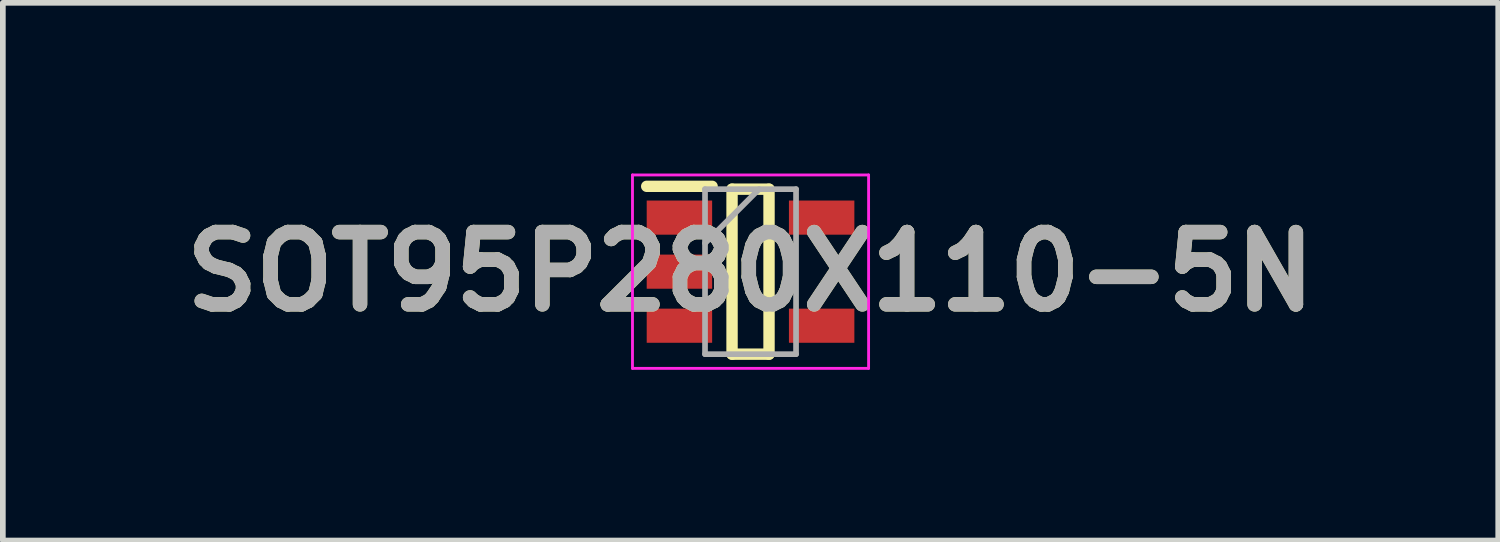
<source format=kicad_pcb>
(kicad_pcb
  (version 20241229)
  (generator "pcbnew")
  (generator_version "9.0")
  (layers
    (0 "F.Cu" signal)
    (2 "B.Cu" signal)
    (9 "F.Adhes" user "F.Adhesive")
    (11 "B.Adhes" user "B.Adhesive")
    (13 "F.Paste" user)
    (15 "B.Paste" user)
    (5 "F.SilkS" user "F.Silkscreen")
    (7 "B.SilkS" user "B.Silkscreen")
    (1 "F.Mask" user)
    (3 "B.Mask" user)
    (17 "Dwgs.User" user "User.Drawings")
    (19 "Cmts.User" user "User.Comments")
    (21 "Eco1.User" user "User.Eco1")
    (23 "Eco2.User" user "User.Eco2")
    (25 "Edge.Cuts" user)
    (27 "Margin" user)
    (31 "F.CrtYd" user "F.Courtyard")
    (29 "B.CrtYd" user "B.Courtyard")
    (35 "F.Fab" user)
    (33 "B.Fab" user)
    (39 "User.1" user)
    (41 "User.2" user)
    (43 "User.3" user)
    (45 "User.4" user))
  (footprint "SOT95P280X110-5N"
    (layer "F.Cu")
    (at 10.142 1.725)
    (property "Reference" "SOT95P280X110-5N" (at 0 0 0) (layer "F.SilkS") (effects (font (size 1.27 1.27) (thickness 0.254))))
    (attr smd)
    (fp_line (start -1.825 -1.5) (end -0.675 -1.5) (stroke (width 0.2) (type solid)) (layer "F.SilkS"))
    (fp_line (start -0.325 -1.45) (end 0.325 -1.45) (stroke (width 0.2) (type solid)) (layer "F.SilkS"))
    (fp_line (start -0.325 1.45) (end -0.325 -1.45) (stroke (width 0.2) (type solid)) (layer "F.SilkS"))
    (fp_line (start 0.325 -1.45) (end 0.325 1.45) (stroke (width 0.2) (type solid)) (layer "F.SilkS"))
    (fp_line (start 0.325 1.45) (end -0.325 1.45) (stroke (width 0.2) (type solid)) (layer "F.SilkS"))
    (fp_line (start -2.075 -1.7) (end 2.075 -1.7) (stroke (width 0.05) (type solid)) (layer "F.CrtYd"))
    (fp_line (start -2.075 1.7) (end -2.075 -1.7) (stroke (width 0.05) (type solid)) (layer "F.CrtYd"))
    (fp_line (start 2.075 -1.7) (end 2.075 1.7) (stroke (width 0.05) (type solid)) (layer "F.CrtYd"))
    (fp_line (start 2.075 1.7) (end -2.075 1.7) (stroke (width 0.05) (type solid)) (layer "F.CrtYd"))
    (fp_line (start -0.8 -1.45) (end 0.8 -1.45) (stroke (width 0.1) (type solid)) (layer "F.Fab"))
    (fp_line (start -0.8 -0.5) (end 0.15 -1.45) (stroke (width 0.1) (type solid)) (layer "F.Fab"))
    (fp_line (start -0.8 1.45) (end -0.8 -1.45) (stroke (width 0.1) (type solid)) (layer "F.Fab"))
    (fp_line (start 0.8 -1.45) (end 0.8 1.45) (stroke (width 0.1) (type solid)) (layer "F.Fab"))
    (fp_line (start 0.8 1.45) (end -0.8 1.45) (stroke (width 0.1) (type solid)) (layer "F.Fab"))
    (fp_text user "${REFERENCE}" (at 0 0 0) (layer "F.Fab") (effects (font (size 1.27 1.27) (thickness 0.254))))
    (pad "1" smd rect (at -1.25 -0.95 90) (size 0.6 1.15) (layers "F.Cu" "F.Mask" "F.Paste"))
    (pad "2" smd rect (at -1.25 0 90) (size 0.6 1.15) (layers "F.Cu" "F.Mask" "F.Paste"))
    (pad "3" smd rect (at -1.25 0.95 90) (size 0.6 1.15) (layers "F.Cu" "F.Mask" "F.Paste"))
    (pad "4" smd rect (at 1.25 0.95 90) (size 0.6 1.15) (layers "F.Cu" "F.Mask" "F.Paste"))
    (pad "5" smd rect (at 1.25 -0.95 90) (size 0.6 1.15) (layers "F.Cu" "F.Mask" "F.Paste")))
  (gr_rect
    (start -3 -3)
    (end 23.284 6.45)
    (stroke (width 0.1) (type default))
    (fill no)
    (layer "Edge.Cuts")))
</source>
